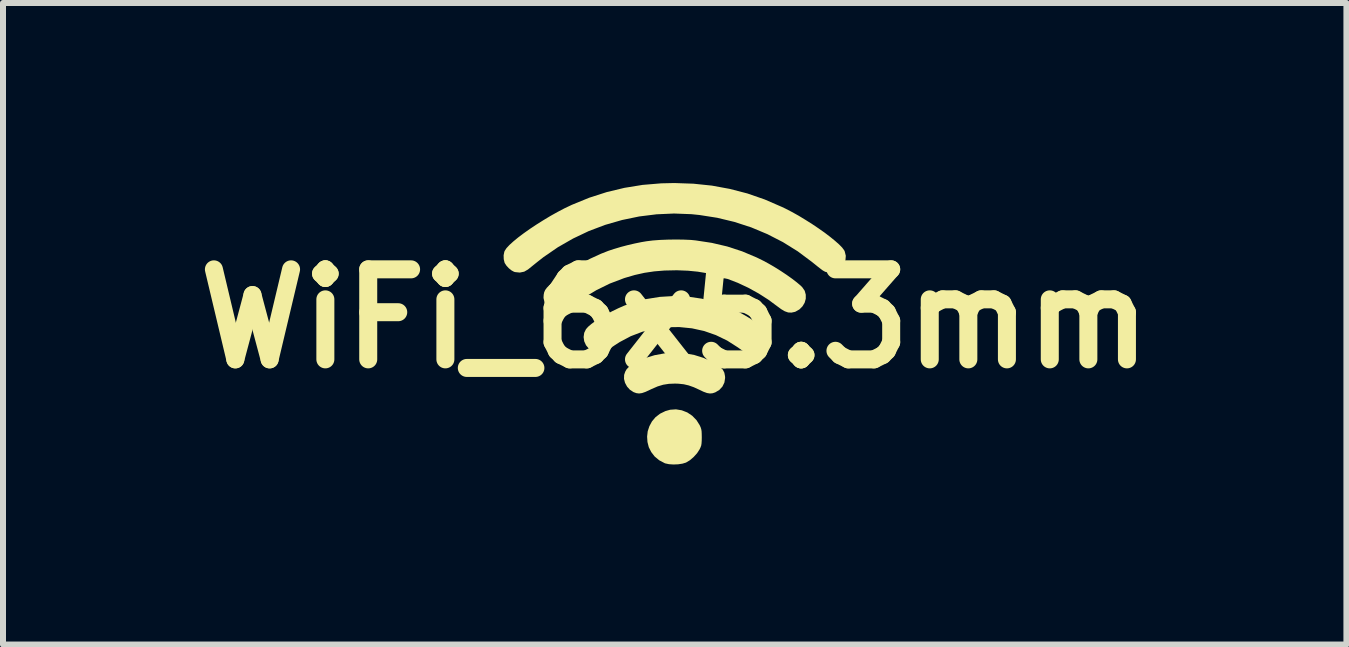
<source format=kicad_pcb>
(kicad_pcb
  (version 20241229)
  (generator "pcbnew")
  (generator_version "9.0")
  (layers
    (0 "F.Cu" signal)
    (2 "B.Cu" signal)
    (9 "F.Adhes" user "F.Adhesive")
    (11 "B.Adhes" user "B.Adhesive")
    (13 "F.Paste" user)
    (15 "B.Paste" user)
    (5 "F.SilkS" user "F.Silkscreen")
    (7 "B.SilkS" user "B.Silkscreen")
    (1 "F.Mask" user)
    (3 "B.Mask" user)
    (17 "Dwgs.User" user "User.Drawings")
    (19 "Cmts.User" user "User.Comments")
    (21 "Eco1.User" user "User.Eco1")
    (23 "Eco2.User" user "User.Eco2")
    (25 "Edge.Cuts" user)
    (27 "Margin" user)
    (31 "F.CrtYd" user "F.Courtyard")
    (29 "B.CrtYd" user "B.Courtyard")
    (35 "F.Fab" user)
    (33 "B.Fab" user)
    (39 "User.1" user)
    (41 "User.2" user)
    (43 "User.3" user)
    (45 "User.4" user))
  (footprint "WiFi_6x5.3mm"
    (layer "F.Cu")
    (at 8.193 2.26)
    (property "Reference" "WiFi_6x5.3mm" (at 0 0 0) (layer "F.SilkS") (effects (font (size 1.5 1.5) (thickness 0.3))))
    (attr board_only exclude_from_pos_files exclude_from_bom)
    (fp_poly (pts (xy 0.118 1.527) (xy 0.21 1.563) (xy 0.292 1.618) (xy 0.363 1.691) (xy 0.416 1.775) (xy 0.432 1.81) (xy 0.442 1.841) (xy 0.448 1.876) (xy 0.45 1.921) (xy 0.451 1.976) (xy 0.45 2.036) (xy 0.447 2.079) (xy 0.442 2.112) (xy 0.431 2.143) (xy 0.415 2.177) (xy 0.373 2.242) (xy 0.316 2.305) (xy 0.253 2.359) (xy 0.19 2.397) (xy 0.189 2.398) (xy 0.129 2.416) (xy 0.056 2.427) (xy -0.022 2.43) (xy -0.095 2.425) (xy -0.156 2.412) (xy -0.165 2.409) (xy -0.258 2.36) (xy -0.334 2.297) (xy -0.391 2.223) (xy -0.432 2.142) (xy -0.454 2.055) (xy -0.46 1.966) (xy -0.45 1.877) (xy -0.422 1.792) (xy -0.379 1.712) (xy -0.32 1.642) (xy -0.245 1.584) (xy -0.155 1.54) (xy -0.077 1.518) (xy 0.021 1.511)) (stroke (width 0) (type solid)) (fill yes) (layer "F.SilkS"))
    (fp_poly (pts (xy 0.168 0.577) (xy 0.325 0.605) (xy 0.478 0.653) (xy 0.614 0.714) (xy 0.697 0.76) (xy 0.759 0.804) (xy 0.801 0.85) (xy 0.827 0.9) (xy 0.838 0.957) (xy 0.84 0.988) (xy 0.828 1.064) (xy 0.795 1.132) (xy 0.743 1.188) (xy 0.676 1.228) (xy 0.631 1.243) (xy 0.587 1.247) (xy 0.538 1.239) (xy 0.48 1.218) (xy 0.413 1.186) (xy 0.317 1.142) (xy 0.232 1.112) (xy 0.15 1.093) (xy 0.064 1.084) (xy 0.006 1.082) (xy -0.097 1.086) (xy -0.192 1.101) (xy -0.285 1.129) (xy -0.386 1.173) (xy -0.414 1.186) (xy -0.487 1.22) (xy -0.545 1.24) (xy -0.594 1.247) (xy -0.639 1.241) (xy -0.686 1.224) (xy -0.746 1.185) (xy -0.794 1.132) (xy -0.828 1.069) (xy -0.845 1.003) (xy -0.843 0.938) (xy -0.841 0.931) (xy -0.824 0.882) (xy -0.8 0.841) (xy -0.765 0.805) (xy -0.715 0.768) (xy -0.647 0.728) (xy -0.642 0.725) (xy -0.496 0.658) (xy -0.336 0.609) (xy -0.168 0.578) (xy 0 0.568)) (stroke (width 0) (type solid)) (fill yes) (layer "F.SilkS"))
    (fp_poly (pts (xy 0.221 -0.367) (xy 0.452 -0.333) (xy 0.68 -0.275) (xy 0.716 -0.264) (xy 0.817 -0.227) (xy 0.925 -0.18) (xy 1.035 -0.127) (xy 1.143 -0.07) (xy 1.243 -0.011) (xy 1.331 0.047) (xy 1.404 0.102) (xy 1.442 0.137) (xy 1.489 0.198) (xy 1.513 0.266) (xy 1.516 0.336) (xy 1.497 0.405) (xy 1.458 0.469) (xy 1.399 0.523) (xy 1.385 0.533) (xy 1.35 0.553) (xy 1.32 0.564) (xy 1.285 0.567) (xy 1.247 0.565) (xy 1.211 0.563) (xy 1.182 0.557) (xy 1.155 0.547) (xy 1.122 0.528) (xy 1.079 0.498) (xy 1.054 0.48) (xy 0.874 0.365) (xy 0.686 0.274) (xy 0.491 0.206) (xy 0.287 0.161) (xy 0.076 0.14) (xy 0.074 0.14) (xy -0.138 0.143) (xy -0.343 0.169) (xy -0.541 0.219) (xy -0.732 0.292) (xy -0.915 0.389) (xy -0.998 0.442) (xy -1.064 0.487) (xy -1.114 0.52) (xy -1.152 0.542) (xy -1.181 0.556) (xy -1.206 0.564) (xy -1.231 0.567) (xy -1.26 0.567) (xy -1.306 0.564) (xy -1.348 0.554) (xy -1.364 0.548) (xy -1.429 0.502) (xy -1.478 0.443) (xy -1.508 0.377) (xy -1.518 0.306) (xy -1.508 0.236) (xy -1.479 0.176) (xy -1.444 0.136) (xy -1.389 0.089) (xy -1.318 0.037) (xy -1.234 -0.017) (xy -1.141 -0.071) (xy -1.042 -0.124) (xy -0.941 -0.173) (xy -0.841 -0.217) (xy -0.746 -0.253) (xy -0.715 -0.264) (xy -0.483 -0.325) (xy -0.248 -0.363) (xy -0.013 -0.377)) (stroke (width 0) (type solid)) (fill yes) (layer "F.SilkS"))
    (fp_poly (pts (xy 0.151 -1.317) (xy 0.269 -1.312) (xy 0.349 -1.304) (xy 0.618 -1.263) (xy 0.875 -1.203) (xy 1.123 -1.122) (xy 1.367 -1.019) (xy 1.479 -0.964) (xy 1.571 -0.914) (xy 1.67 -0.856) (xy 1.769 -0.794) (xy 1.865 -0.73) (xy 1.955 -0.666) (xy 2.033 -0.606) (xy 2.096 -0.553) (xy 2.126 -0.523) (xy 2.166 -0.465) (xy 2.184 -0.4) (xy 2.184 -0.332) (xy 2.165 -0.265) (xy 2.129 -0.205) (xy 2.078 -0.154) (xy 2.013 -0.117) (xy 2.002 -0.113) (xy 1.946 -0.101) (xy 1.891 -0.103) (xy 1.834 -0.123) (xy 1.771 -0.16) (xy 1.704 -0.21) (xy 1.559 -0.317) (xy 1.398 -0.42) (xy 1.226 -0.515) (xy 1.051 -0.597) (xy 0.882 -0.662) (xy 0.873 -0.665) (xy 0.702 -0.718) (xy 0.541 -0.757) (xy 0.384 -0.783) (xy 0.222 -0.799) (xy 0.047 -0.806) (xy 0.012 -0.806) (xy -0.172 -0.802) (xy -0.341 -0.788) (xy -0.503 -0.764) (xy -0.664 -0.728) (xy -0.832 -0.679) (xy -0.852 -0.672) (xy -1.081 -0.585) (xy -1.305 -0.475) (xy -1.521 -0.345) (xy -1.676 -0.233) (xy -1.728 -0.194) (xy -1.777 -0.159) (xy -1.818 -0.132) (xy -1.845 -0.117) (xy -1.846 -0.116) (xy -1.901 -0.102) (xy -1.961 -0.101) (xy -2.011 -0.112) (xy -2.078 -0.15) (xy -2.131 -0.204) (xy -2.168 -0.269) (xy -2.185 -0.339) (xy -2.186 -0.355) (xy -2.183 -0.4) (xy -2.175 -0.44) (xy -2.158 -0.478) (xy -2.13 -0.516) (xy -2.089 -0.558) (xy -2.033 -0.606) (xy -1.959 -0.663) (xy -1.923 -0.69) (xy -1.766 -0.798) (xy -1.593 -0.902) (xy -1.411 -0.998) (xy -1.228 -1.082) (xy -1.106 -1.13) (xy -1.013 -1.161) (xy -0.903 -1.194) (xy -0.785 -1.225) (xy -0.665 -1.253) (xy -0.552 -1.276) (xy -0.469 -1.29) (xy -0.365 -1.303) (xy -0.244 -1.312) (xy -0.112 -1.317) (xy 0.022 -1.319)) (stroke (width 0) (type solid)) (fill yes) (layer "F.SilkS"))
    (fp_poly (pts (xy 0.312 -2.249) (xy 0.62 -2.217) (xy 0.919 -2.162) (xy 1.212 -2.086) (xy 1.5 -1.986) (xy 1.786 -1.862) (xy 1.847 -1.833) (xy 1.955 -1.777) (xy 2.066 -1.715) (xy 2.178 -1.647) (xy 2.289 -1.577) (xy 2.396 -1.505) (xy 2.497 -1.434) (xy 2.589 -1.364) (xy 2.67 -1.298) (xy 2.738 -1.238) (xy 2.79 -1.185) (xy 2.823 -1.141) (xy 2.832 -1.124) (xy 2.851 -1.048) (xy 2.845 -0.975) (xy 2.815 -0.906) (xy 2.761 -0.842) (xy 2.755 -0.836) (xy 2.689 -0.791) (xy 2.618 -0.77) (xy 2.552 -0.771) (xy 2.531 -0.775) (xy 2.511 -0.78) (xy 2.491 -0.79) (xy 2.465 -0.805) (xy 2.433 -0.829) (xy 2.389 -0.863) (xy 2.332 -0.909) (xy 2.282 -0.949) (xy 2.05 -1.122) (xy 1.804 -1.275) (xy 1.545 -1.408) (xy 1.275 -1.521) (xy 0.995 -1.612) (xy 0.708 -1.681) (xy 0.414 -1.727) (xy 0.28 -1.741) (xy -0.011 -1.752) (xy -0.302 -1.739) (xy -0.592 -1.703) (xy -0.877 -1.644) (xy -1.158 -1.563) (xy -1.431 -1.46) (xy -1.694 -1.335) (xy -1.947 -1.19) (xy -2.187 -1.025) (xy -2.283 -0.95) (xy -2.334 -0.909) (xy -2.381 -0.871) (xy -2.418 -0.841) (xy -2.442 -0.822) (xy -2.444 -0.82) (xy -2.508 -0.783) (xy -2.581 -0.768) (xy -2.658 -0.776) (xy -2.677 -0.781) (xy -2.718 -0.803) (xy -2.763 -0.839) (xy -2.803 -0.882) (xy -2.832 -0.926) (xy -2.835 -0.933) (xy -2.849 -0.991) (xy -2.851 -1.056) (xy -2.839 -1.116) (xy -2.832 -1.131) (xy -2.804 -1.174) (xy -2.755 -1.227) (xy -2.69 -1.286) (xy -2.61 -1.352) (xy -2.517 -1.422) (xy -2.414 -1.495) (xy -2.304 -1.568) (xy -2.188 -1.641) (xy -2.07 -1.712) (xy -1.952 -1.778) (xy -1.836 -1.839) (xy -1.724 -1.892) (xy -1.716 -1.896) (xy -1.425 -2.015) (xy -1.133 -2.109) (xy -0.837 -2.18) (xy -0.535 -2.229) (xy -0.225 -2.255) (xy -0.006 -2.26)) (stroke (width 0) (type solid)) (fill yes) (layer "F.SilkS")))
  (gr_rect
    (start -3 -3)
    (end 19.386 7.69)
    (stroke (width 0.1) (type default))
    (fill no)
    (layer "Edge.Cuts")))
</source>
